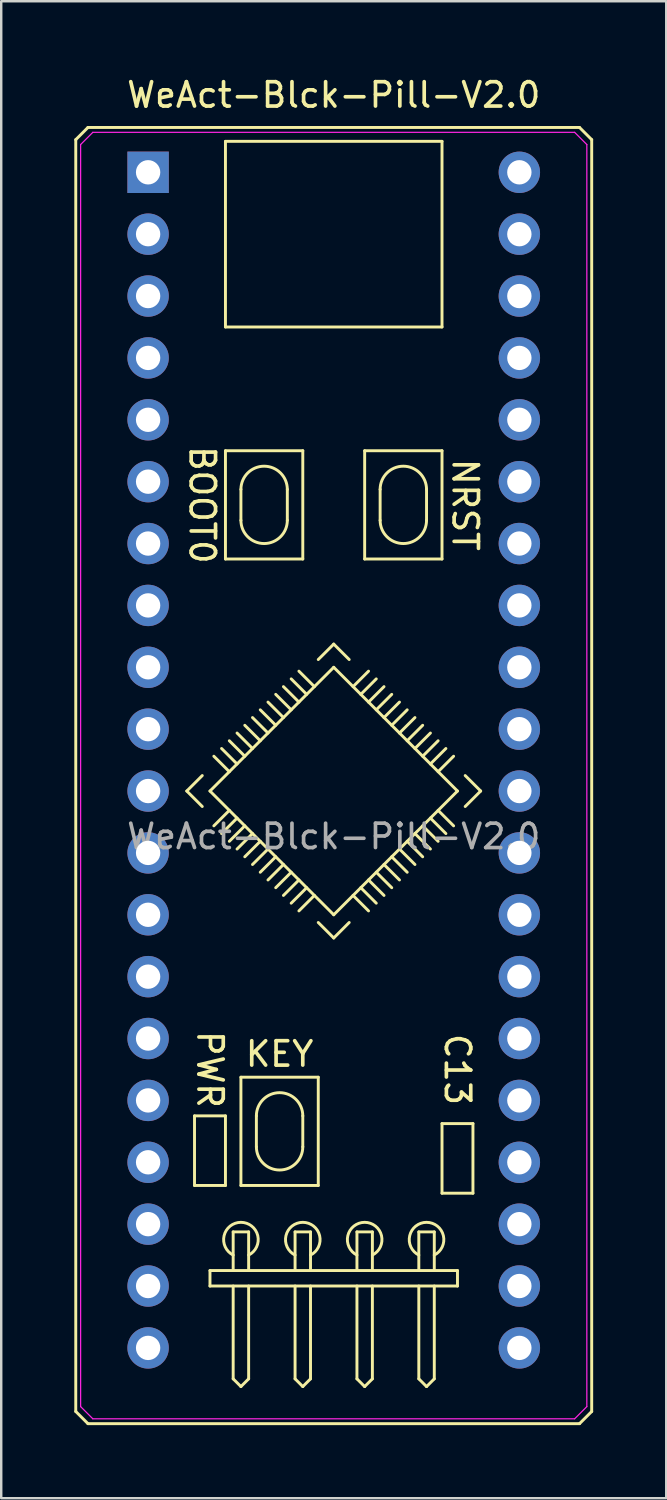
<source format=kicad_pcb>
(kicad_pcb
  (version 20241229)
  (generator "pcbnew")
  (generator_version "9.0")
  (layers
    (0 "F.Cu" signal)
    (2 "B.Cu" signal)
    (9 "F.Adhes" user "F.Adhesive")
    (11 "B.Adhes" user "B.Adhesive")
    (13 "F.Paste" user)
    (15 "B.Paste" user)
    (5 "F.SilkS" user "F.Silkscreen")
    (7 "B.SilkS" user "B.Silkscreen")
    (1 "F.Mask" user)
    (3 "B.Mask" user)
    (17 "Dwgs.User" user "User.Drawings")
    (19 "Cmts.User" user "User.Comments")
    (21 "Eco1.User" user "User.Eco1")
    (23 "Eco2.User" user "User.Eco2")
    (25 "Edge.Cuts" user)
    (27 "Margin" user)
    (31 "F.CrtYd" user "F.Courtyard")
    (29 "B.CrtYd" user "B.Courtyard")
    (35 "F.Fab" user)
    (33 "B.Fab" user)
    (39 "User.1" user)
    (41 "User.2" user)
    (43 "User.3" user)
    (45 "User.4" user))
  (footprint "WeAct-Blck-Pill-V2.0"
    (layer "F.Cu")
    (at 10.65 28.788)
    (property "Reference" "WeAct-Blck-Pill-V2.0" (at 0 -27.94 0) (unlocked yes) (layer "F.SilkS") (effects (font (size 1 1) (thickness 0.15))))
    (attr through_hole)
    (fp_line (start -10.59 -26.105) (end -10.09 -26.605) (stroke (width 0.12) (type default)) (layer "F.SilkS"))
    (fp_line (start -10.59 26.105) (end -10.59 -26.105) (stroke (width 0.12) (type default)) (layer "F.SilkS"))
    (fp_line (start -10.59 26.105) (end -10.09 26.605) (stroke (width 0.12) (type default)) (layer "F.SilkS"))
    (fp_line (start -10.09 -26.605) (end 10.09 -26.605) (stroke (width 0.12) (type default)) (layer "F.SilkS"))
    (fp_line (start -5.715 13.97) (end -4.445 13.97) (stroke (width 0.12) (type default)) (layer "F.SilkS"))
    (fp_line (start -5.715 16.828) (end -5.715 13.97) (stroke (width 0.12) (type default)) (layer "F.SilkS"))
    (fp_line (start -5.397 0) (end -6.032 0.635) (stroke (width 0.12) (type default)) (layer "F.SilkS"))
    (fp_line (start -5.397 1.27) (end -6.032 0.635) (stroke (width 0.12) (type default)) (layer "F.SilkS"))
    (fp_line (start -5.08 20.32) (end 5.08 20.32) (stroke (width 0.12) (type default)) (layer "F.SilkS"))
    (fp_line (start -5.08 20.955) (end -5.08 20.32) (stroke (width 0.12) (type default)) (layer "F.SilkS"))
    (fp_line (start -4.921 -0.794) (end -4.286 -0.159) (stroke (width 0.12) (type default)) (layer "F.SilkS"))
    (fp_line (start -4.604 -1.111) (end -3.969 -0.476) (stroke (width 0.12) (type default)) (layer "F.SilkS"))
    (fp_line (start -4.445 -26.035) (end 4.445 -26.035) (stroke (width 0.12) (type default)) (layer "F.SilkS"))
    (fp_line (start -4.445 -18.415) (end -4.445 -26.035) (stroke (width 0.12) (type default)) (layer "F.SilkS"))
    (fp_line (start -4.445 -13.335) (end -1.27 -13.335) (stroke (width 0.12) (type default)) (layer "F.SilkS"))
    (fp_line (start -4.445 -8.89) (end -4.445 -13.335) (stroke (width 0.12) (type default)) (layer "F.SilkS"))
    (fp_line (start -4.445 13.97) (end -4.445 16.828) (stroke (width 0.12) (type default)) (layer "F.SilkS"))
    (fp_line (start -4.445 16.828) (end -5.715 16.828) (stroke (width 0.12) (type default)) (layer "F.SilkS"))
    (fp_line (start -4.286 -1.429) (end -3.651 -0.794) (stroke (width 0.12) (type default)) (layer "F.SilkS"))
    (fp_line (start -4.286 1.429) (end -4.921 2.064) (stroke (width 0.12) (type default)) (layer "F.SilkS"))
    (fp_line (start -4.128 18.733) (end -4.128 20.32) (stroke (width 0.12) (type default)) (layer "F.SilkS"))
    (fp_line (start -4.128 18.733) (end -3.493 18.733) (stroke (width 0.12) (type default)) (layer "F.SilkS"))
    (fp_line (start -4.128 24.765) (end -4.128 20.955) (stroke (width 0.12) (type default)) (layer "F.SilkS"))
    (fp_line (start -4.128 24.765) (end -3.81 25.082) (stroke (width 0.12) (type default)) (layer "F.SilkS"))
    (fp_line (start -3.969 -1.746) (end -3.334 -1.111) (stroke (width 0.12) (type default)) (layer "F.SilkS"))
    (fp_line (start -3.969 1.746) (end -4.604 2.381) (stroke (width 0.12) (type default)) (layer "F.SilkS"))
    (fp_line (start -3.81 -11.748) (end -3.81 -10.477) (stroke (width 0.12) (type default)) (layer "F.SilkS"))
    (fp_line (start -3.81 12.383) (end -0.635 12.383) (stroke (width 0.12) (type default)) (layer "F.SilkS"))
    (fp_line (start -3.81 16.828) (end -3.81 12.383) (stroke (width 0.12) (type default)) (layer "F.SilkS"))
    (fp_line (start -3.651 2.064) (end -4.286 2.699) (stroke (width 0.12) (type default)) (layer "F.SilkS"))
    (fp_line (start -3.651 3.334) (end -3.016 2.699) (stroke (width 0.12) (type default)) (layer "F.SilkS"))
    (fp_line (start -3.493 18.733) (end -3.493 20.32) (stroke (width 0.12) (type default)) (layer "F.SilkS"))
    (fp_line (start -3.493 20.955) (end -3.493 24.765) (stroke (width 0.12) (type default)) (layer "F.SilkS"))
    (fp_line (start -3.493 24.765) (end -3.81 25.082) (stroke (width 0.12) (type default)) (layer "F.SilkS"))
    (fp_line (start -3.334 2.381) (end -3.969 3.016) (stroke (width 0.12) (type default)) (layer "F.SilkS"))
    (fp_line (start -3.334 3.651) (end -2.699 3.016) (stroke (width 0.12) (type default)) (layer "F.SilkS"))
    (fp_line (start -3.175 13.97) (end -3.175 15.24) (stroke (width 0.12) (type default)) (layer "F.SilkS"))
    (fp_line (start -3.016 -2.699) (end -2.381 -2.064) (stroke (width 0.12) (type default)) (layer "F.SilkS"))
    (fp_line (start -3.016 -1.429) (end -3.651 -2.064) (stroke (width 0.12) (type default)) (layer "F.SilkS"))
    (fp_line (start -2.699 -3.016) (end -2.064 -2.381) (stroke (width 0.12) (type default)) (layer "F.SilkS"))
    (fp_line (start -2.699 -1.746) (end -3.334 -2.381) (stroke (width 0.12) (type default)) (layer "F.SilkS"))
    (fp_line (start -2.381 -3.334) (end -1.746 -2.699) (stroke (width 0.12) (type default)) (layer "F.SilkS"))
    (fp_line (start -2.381 3.334) (end -3.016 3.969) (stroke (width 0.12) (type default)) (layer "F.SilkS"))
    (fp_line (start -2.064 -3.651) (end -1.429 -3.016) (stroke (width 0.12) (type default)) (layer "F.SilkS"))
    (fp_line (start -2.064 3.651) (end -2.699 4.286) (stroke (width 0.12) (type default)) (layer "F.SilkS"))
    (fp_line (start -1.905 -11.748) (end -1.905 -10.477) (stroke (width 0.12) (type default)) (layer "F.SilkS"))
    (fp_line (start -1.746 -3.969) (end -1.111 -3.334) (stroke (width 0.12) (type default)) (layer "F.SilkS"))
    (fp_line (start -1.746 3.969) (end -2.381 4.604) (stroke (width 0.12) (type default)) (layer "F.SilkS"))
    (fp_line (start -1.587 18.733) (end -1.587 20.32) (stroke (width 0.12) (type default)) (layer "F.SilkS"))
    (fp_line (start -1.587 18.733) (end -0.953 18.733) (stroke (width 0.12) (type default)) (layer "F.SilkS"))
    (fp_line (start -1.587 24.765) (end -1.587 20.955) (stroke (width 0.12) (type default)) (layer "F.SilkS"))
    (fp_line (start -1.587 24.765) (end -1.27 25.083) (stroke (width 0.12) (type default)) (layer "F.SilkS"))
    (fp_line (start -1.429 4.286) (end -2.064 4.921) (stroke (width 0.12) (type default)) (layer "F.SilkS"))
    (fp_line (start -1.429 5.556) (end -0.794 4.921) (stroke (width 0.12) (type default)) (layer "F.SilkS"))
    (fp_line (start -1.27 -13.335) (end -1.27 -8.89) (stroke (width 0.12) (type default)) (layer "F.SilkS"))
    (fp_line (start -1.27 -8.89) (end -4.445 -8.89) (stroke (width 0.12) (type default)) (layer "F.SilkS"))
    (fp_line (start -1.27 13.97) (end -1.27 15.24) (stroke (width 0.12) (type default)) (layer "F.SilkS"))
    (fp_line (start -1.111 4.604) (end -1.746 5.239) (stroke (width 0.12) (type default)) (layer "F.SilkS"))
    (fp_line (start -0.953 18.733) (end -0.953 20.32) (stroke (width 0.12) (type default)) (layer "F.SilkS"))
    (fp_line (start -0.953 20.955) (end -0.953 24.765) (stroke (width 0.12) (type default)) (layer "F.SilkS"))
    (fp_line (start -0.953 24.765) (end -1.27 25.083) (stroke (width 0.12) (type default)) (layer "F.SilkS"))
    (fp_line (start -0.794 -3.651) (end -1.429 -4.286) (stroke (width 0.12) (type default)) (layer "F.SilkS"))
    (fp_line (start -0.635 -4.763) (end 0 -5.397) (stroke (width 0.12) (type default)) (layer "F.SilkS"))
    (fp_line (start -0.635 12.383) (end -0.635 16.828) (stroke (width 0.12) (type default)) (layer "F.SilkS"))
    (fp_line (start -0.635 16.828) (end -3.81 16.828) (stroke (width 0.12) (type default)) (layer "F.SilkS"))
    (fp_line (start 0 -5.397) (end 0.635 -4.763) (stroke (width 0.12) (type default)) (layer "F.SilkS"))
    (fp_line (start 0 -4.445) (end -5.08 0.635) (stroke (width 0.12) (type default)) (layer "F.SilkS"))
    (fp_line (start 0 5.715) (end -5.08 0.635) (stroke (width 0.12) (type default)) (layer "F.SilkS"))
    (fp_line (start 0 6.668) (end -0.635 6.032) (stroke (width 0.12) (type default)) (layer "F.SilkS"))
    (fp_line (start 0.635 6.032) (end 0 6.668) (stroke (width 0.12) (type default)) (layer "F.SilkS"))
    (fp_line (start 0.794 4.921) (end 1.429 5.556) (stroke (width 0.12) (type default)) (layer "F.SilkS"))
    (fp_line (start 0.953 18.733) (end 0.953 20.32) (stroke (width 0.12) (type default)) (layer "F.SilkS"))
    (fp_line (start 0.953 18.733) (end 1.587 18.733) (stroke (width 0.12) (type default)) (layer "F.SilkS"))
    (fp_line (start 0.953 24.765) (end 0.953 20.955) (stroke (width 0.12) (type default)) (layer "F.SilkS"))
    (fp_line (start 0.953 24.765) (end 1.27 25.083) (stroke (width 0.12) (type default)) (layer "F.SilkS"))
    (fp_line (start 1.111 4.604) (end 1.746 5.239) (stroke (width 0.12) (type default)) (layer "F.SilkS"))
    (fp_line (start 1.27 -13.335) (end 4.445 -13.335) (stroke (width 0.12) (type default)) (layer "F.SilkS"))
    (fp_line (start 1.27 -8.89) (end 1.27 -13.335) (stroke (width 0.12) (type default)) (layer "F.SilkS"))
    (fp_line (start 1.429 -4.286) (end 0.794 -3.651) (stroke (width 0.12) (type default)) (layer "F.SilkS"))
    (fp_line (start 1.429 4.286) (end 2.064 4.921) (stroke (width 0.12) (type default)) (layer "F.SilkS"))
    (fp_line (start 1.587 18.733) (end 1.587 20.32) (stroke (width 0.12) (type default)) (layer "F.SilkS"))
    (fp_line (start 1.587 20.955) (end 1.587 24.765) (stroke (width 0.12) (type default)) (layer "F.SilkS"))
    (fp_line (start 1.587 24.765) (end 1.27 25.083) (stroke (width 0.12) (type default)) (layer "F.SilkS"))
    (fp_line (start 1.746 -3.969) (end 1.111 -3.334) (stroke (width 0.12) (type default)) (layer "F.SilkS"))
    (fp_line (start 1.746 3.969) (end 2.381 4.604) (stroke (width 0.12) (type default)) (layer "F.SilkS"))
    (fp_line (start 1.905 -11.748) (end 1.905 -10.477) (stroke (width 0.12) (type default)) (layer "F.SilkS"))
    (fp_line (start 2.064 -3.651) (end 1.429 -3.016) (stroke (width 0.12) (type default)) (layer "F.SilkS"))
    (fp_line (start 2.064 -2.381) (end 2.699 -3.016) (stroke (width 0.12) (type default)) (layer "F.SilkS"))
    (fp_line (start 2.381 -3.334) (end 1.746 -2.699) (stroke (width 0.12) (type default)) (layer "F.SilkS"))
    (fp_line (start 2.381 -2.064) (end 3.016 -2.699) (stroke (width 0.12) (type default)) (layer "F.SilkS"))
    (fp_line (start 2.699 3.016) (end 3.334 3.651) (stroke (width 0.12) (type default)) (layer "F.SilkS"))
    (fp_line (start 2.699 4.286) (end 2.064 3.651) (stroke (width 0.12) (type default)) (layer "F.SilkS"))
    (fp_line (start 3.016 2.699) (end 3.651 3.334) (stroke (width 0.12) (type default)) (layer "F.SilkS"))
    (fp_line (start 3.016 3.969) (end 2.381 3.334) (stroke (width 0.12) (type default)) (layer "F.SilkS"))
    (fp_line (start 3.334 -2.381) (end 2.699 -1.746) (stroke (width 0.12) (type default)) (layer "F.SilkS"))
    (fp_line (start 3.334 2.381) (end 3.969 3.016) (stroke (width 0.12) (type default)) (layer "F.SilkS"))
    (fp_line (start 3.493 18.733) (end 3.493 20.32) (stroke (width 0.12) (type default)) (layer "F.SilkS"))
    (fp_line (start 3.493 18.733) (end 4.128 18.733) (stroke (width 0.12) (type default)) (layer "F.SilkS"))
    (fp_line (start 3.493 24.765) (end 3.493 20.955) (stroke (width 0.12) (type default)) (layer "F.SilkS"))
    (fp_line (start 3.493 24.765) (end 3.81 25.083) (stroke (width 0.12) (type default)) (layer "F.SilkS"))
    (fp_line (start 3.651 -2.064) (end 3.016 -1.429) (stroke (width 0.12) (type default)) (layer "F.SilkS"))
    (fp_line (start 3.651 2.064) (end 4.286 2.699) (stroke (width 0.12) (type default)) (layer "F.SilkS"))
    (fp_line (start 3.81 -11.748) (end 3.81 -10.477) (stroke (width 0.12) (type default)) (layer "F.SilkS"))
    (fp_line (start 3.969 -1.746) (end 3.334 -1.111) (stroke (width 0.12) (type default)) (layer "F.SilkS"))
    (fp_line (start 3.969 1.746) (end 4.604 2.381) (stroke (width 0.12) (type default)) (layer "F.SilkS"))
    (fp_line (start 4.128 18.733) (end 4.128 20.32) (stroke (width 0.12) (type default)) (layer "F.SilkS"))
    (fp_line (start 4.128 20.955) (end 4.128 24.765) (stroke (width 0.12) (type default)) (layer "F.SilkS"))
    (fp_line (start 4.128 24.765) (end 3.81 25.083) (stroke (width 0.12) (type default)) (layer "F.SilkS"))
    (fp_line (start 4.286 -1.429) (end 3.651 -0.794) (stroke (width 0.12) (type default)) (layer "F.SilkS"))
    (fp_line (start 4.286 -0.159) (end 4.921 -0.794) (stroke (width 0.12) (type default)) (layer "F.SilkS"))
    (fp_line (start 4.445 -26.035) (end 4.445 -18.415) (stroke (width 0.12) (type default)) (layer "F.SilkS"))
    (fp_line (start 4.445 -18.415) (end -4.445 -18.415) (stroke (width 0.12) (type default)) (layer "F.SilkS"))
    (fp_line (start 4.445 -13.335) (end 4.445 -8.89) (stroke (width 0.12) (type default)) (layer "F.SilkS"))
    (fp_line (start 4.445 -8.89) (end 1.27 -8.89) (stroke (width 0.12) (type default)) (layer "F.SilkS"))
    (fp_line (start 4.445 14.287) (end 5.715 14.287) (stroke (width 0.12) (type default)) (layer "F.SilkS"))
    (fp_line (start 4.445 17.145) (end 4.445 14.287) (stroke (width 0.12) (type default)) (layer "F.SilkS"))
    (fp_line (start 4.604 -1.111) (end 3.969 -0.476) (stroke (width 0.12) (type default)) (layer "F.SilkS"))
    (fp_line (start 4.921 2.064) (end 4.286 1.429) (stroke (width 0.12) (type default)) (layer "F.SilkS"))
    (fp_line (start 5.08 0.635) (end 0 -4.445) (stroke (width 0.12) (type default)) (layer "F.SilkS"))
    (fp_line (start 5.08 0.635) (end 0 5.715) (stroke (width 0.12) (type default)) (layer "F.SilkS"))
    (fp_line (start 5.08 20.32) (end 5.08 20.955) (stroke (width 0.12) (type default)) (layer "F.SilkS"))
    (fp_line (start 5.08 20.955) (end -5.08 20.955) (stroke (width 0.12) (type default)) (layer "F.SilkS"))
    (fp_line (start 5.397 0) (end 6.032 0.635) (stroke (width 0.12) (type default)) (layer "F.SilkS"))
    (fp_line (start 5.397 1.27) (end 6.032 0.635) (stroke (width 0.12) (type default)) (layer "F.SilkS"))
    (fp_line (start 5.715 14.287) (end 5.715 17.145) (stroke (width 0.12) (type default)) (layer "F.SilkS"))
    (fp_line (start 5.715 17.145) (end 4.445 17.145) (stroke (width 0.12) (type default)) (layer "F.SilkS"))
    (fp_line (start 10.09 -26.605) (end 10.59 -26.105) (stroke (width 0.12) (type default)) (layer "F.SilkS"))
    (fp_line (start 10.09 26.605) (end -10.09 26.605) (stroke (width 0.12) (type default)) (layer "F.SilkS"))
    (fp_line (start 10.09 26.605) (end 10.59 26.105) (stroke (width 0.12) (type default)) (layer "F.SilkS"))
    (fp_line (start 10.59 -26.105) (end 10.59 26.105) (stroke (width 0.12) (type default)) (layer "F.SilkS"))
    (fp_arc (start -4.1275 19.684999) (mid -3.81 18.340049) (end -3.4925 19.684999) (stroke (width 0.12) (type default)) (layer "F.SilkS"))
    (fp_arc (start -3.81 -11.7475) (mid -2.8575 -12.7) (end -1.905 -11.7475) (stroke (width 0.12) (type default)) (layer "F.SilkS"))
    (fp_arc (start -3.175 13.97) (mid -2.2225 13.0175) (end -1.27 13.97) (stroke (width 0.12) (type default)) (layer "F.SilkS"))
    (fp_arc (start -1.905 -10.4775) (mid -2.8575 -9.525) (end -3.81 -10.4775) (stroke (width 0.12) (type default)) (layer "F.SilkS"))
    (fp_arc (start -1.5875 19.685) (mid -1.27 18.34005) (end -0.9525 19.685) (stroke (width 0.12) (type default)) (layer "F.SilkS"))
    (fp_arc (start -1.27 15.24) (mid -2.2225 16.1925) (end -3.175 15.24) (stroke (width 0.12) (type default)) (layer "F.SilkS"))
    (fp_arc (start 0.9525 19.685) (mid 1.27 18.34005) (end 1.5875 19.685) (stroke (width 0.12) (type default)) (layer "F.SilkS"))
    (fp_arc (start 1.905 -11.7475) (mid 2.8575 -12.7) (end 3.81 -11.7475) (stroke (width 0.12) (type default)) (layer "F.SilkS"))
    (fp_arc (start 3.4925 19.685) (mid 3.81 18.34005) (end 4.1275 19.685) (stroke (width 0.12) (type default)) (layer "F.SilkS"))
    (fp_arc (start 3.81 -10.4775) (mid 2.8575 -9.525) (end 1.905 -10.4775) (stroke (width 0.12) (type default)) (layer "F.SilkS"))
    (fp_line (start -10.39 -25.905) (end -9.89 -26.405) (stroke (width 0.05) (type default)) (layer "F.CrtYd"))
    (fp_line (start -10.39 25.905) (end -10.39 -25.905) (stroke (width 0.05) (type default)) (layer "F.CrtYd"))
    (fp_line (start -9.89 -26.405) (end 9.89 -26.405) (stroke (width 0.05) (type default)) (layer "F.CrtYd"))
    (fp_line (start -9.89 26.405) (end -10.39 25.905) (stroke (width 0.05) (type default)) (layer "F.CrtYd"))
    (fp_line (start 9.89 -26.405) (end 10.39 -25.905) (stroke (width 0.05) (type default)) (layer "F.CrtYd"))
    (fp_line (start 9.89 26.405) (end -9.89 26.405) (stroke (width 0.05) (type default)) (layer "F.CrtYd"))
    (fp_line (start 9.89 26.405) (end 10.39 25.905) (stroke (width 0.05) (type default)) (layer "F.CrtYd"))
    (fp_line (start 10.39 -25.905) (end 10.39 25.905) (stroke (width 0.05) (type default)) (layer "F.CrtYd"))
    (fp_text user "NRST" (at 5.397 -11.113 270) (unlocked yes) (layer "F.SilkS") (effects (font (size 1 1) (thickness 0.15))))
    (fp_text user "C13" (at 5.08 12.065 270) (unlocked yes) (layer "F.SilkS") (effects (font (size 1 1) (thickness 0.15))))
    (fp_text user "BOOT0" (at -5.397 -11.113 270) (unlocked yes) (layer "F.SilkS") (effects (font (size 1 1) (thickness 0.15))))
    (fp_text user "PWR" (at -5.08 12.065 270) (unlocked yes) (layer "F.SilkS") (effects (font (size 1 1) (thickness 0.15))))
    (fp_text user "KEY" (at -2.223 11.43 0) (unlocked yes) (layer "F.SilkS") (effects (font (size 1 1) (thickness 0.15))))
    (fp_text user "${REFERENCE}" (at 0 2.5 0) (unlocked yes) (layer "F.Fab") (effects (font (size 1 1) (thickness 0.15))))
    (pad "1" thru_hole rect (at -7.62 -24.765) (size 1.7 1.7) (drill 1) (layers "*.Cu" "*.Mask"))
    (pad "2" thru_hole oval (at -7.62 -22.225) (size 1.7 1.7) (drill 1) (layers "*.Cu" "*.Mask"))
    (pad "3" thru_hole oval (at -7.62 -19.685) (size 1.7 1.7) (drill 1) (layers "*.Cu" "*.Mask"))
    (pad "4" thru_hole oval (at -7.62 -17.145) (size 1.7 1.7) (drill 1) (layers "*.Cu" "*.Mask"))
    (pad "5" thru_hole oval (at -7.62 -14.605) (size 1.7 1.7) (drill 1) (layers "*.Cu" "*.Mask"))
    (pad "6" thru_hole oval (at -7.62 -12.065) (size 1.7 1.7) (drill 1) (layers "*.Cu" "*.Mask"))
    (pad "7" thru_hole oval (at -7.62 -9.525) (size 1.7 1.7) (drill 1) (layers "*.Cu" "*.Mask"))
    (pad "8" thru_hole oval (at -7.62 -6.985) (size 1.7 1.7) (drill 1) (layers "*.Cu" "*.Mask"))
    (pad "9" thru_hole oval (at -7.62 -4.445) (size 1.7 1.7) (drill 1) (layers "*.Cu" "*.Mask"))
    (pad "10" thru_hole oval (at -7.62 -1.905) (size 1.7 1.7) (drill 1) (layers "*.Cu" "*.Mask"))
    (pad "11" thru_hole oval (at -7.62 0.635) (size 1.7 1.7) (drill 1) (layers "*.Cu" "*.Mask"))
    (pad "12" thru_hole oval (at -7.62 3.175) (size 1.7 1.7) (drill 1) (layers "*.Cu" "*.Mask"))
    (pad "13" thru_hole oval (at -7.62 5.715) (size 1.7 1.7) (drill 1) (layers "*.Cu" "*.Mask"))
    (pad "14" thru_hole oval (at -7.62 8.255) (size 1.7 1.7) (drill 1) (layers "*.Cu" "*.Mask"))
    (pad "15" thru_hole oval (at -7.62 10.795) (size 1.7 1.7) (drill 1) (layers "*.Cu" "*.Mask"))
    (pad "16" thru_hole oval (at -7.62 13.335) (size 1.7 1.7) (drill 1) (layers "*.Cu" "*.Mask"))
    (pad "17" thru_hole oval (at -7.62 15.875) (size 1.7 1.7) (drill 1) (layers "*.Cu" "*.Mask"))
    (pad "18" thru_hole oval (at -7.62 18.415) (size 1.7 1.7) (drill 1) (layers "*.Cu" "*.Mask"))
    (pad "19" thru_hole oval (at -7.62 20.955) (size 1.7 1.7) (drill 1) (layers "*.Cu" "*.Mask"))
    (pad "20" thru_hole oval (at -7.62 23.495) (size 1.7 1.7) (drill 1) (layers "*.Cu" "*.Mask"))
    (pad "21" thru_hole oval (at 7.62 23.495) (size 1.7 1.7) (drill 1) (layers "*.Cu" "*.Mask"))
    (pad "22" thru_hole oval (at 7.62 20.955) (size 1.7 1.7) (drill 1) (layers "*.Cu" "*.Mask"))
    (pad "23" thru_hole oval (at 7.62 18.415) (size 1.7 1.7) (drill 1) (layers "*.Cu" "*.Mask"))
    (pad "24" thru_hole oval (at 7.62 15.875) (size 1.7 1.7) (drill 1) (layers "*.Cu" "*.Mask"))
    (pad "25" thru_hole oval (at 7.62 13.335) (size 1.7 1.7) (drill 1) (layers "*.Cu" "*.Mask"))
    (pad "26" thru_hole oval (at 7.62 10.795) (size 1.7 1.7) (drill 1) (layers "*.Cu" "*.Mask"))
    (pad "27" thru_hole oval (at 7.62 8.255) (size 1.7 1.7) (drill 1) (layers "*.Cu" "*.Mask"))
    (pad "28" thru_hole oval (at 7.62 5.715) (size 1.7 1.7) (drill 1) (layers "*.Cu" "*.Mask"))
    (pad "29" thru_hole oval (at 7.62 3.175) (size 1.7 1.7) (drill 1) (layers "*.Cu" "*.Mask"))
    (pad "30" thru_hole oval (at 7.62 0.635) (size 1.7 1.7) (drill 1) (layers "*.Cu" "*.Mask"))
    (pad "31" thru_hole oval (at 7.62 -1.905) (size 1.7 1.7) (drill 1) (layers "*.Cu" "*.Mask"))
    (pad "32" thru_hole oval (at 7.62 -4.445) (size 1.7 1.7) (drill 1) (layers "*.Cu" "*.Mask"))
    (pad "33" thru_hole oval (at 7.62 -6.985) (size 1.7 1.7) (drill 1) (layers "*.Cu" "*.Mask"))
    (pad "34" thru_hole oval (at 7.62 -9.525) (size 1.7 1.7) (drill 1) (layers "*.Cu" "*.Mask"))
    (pad "35" thru_hole oval (at 7.62 -12.065) (size 1.7 1.7) (drill 1) (layers "*.Cu" "*.Mask"))
    (pad "36" thru_hole oval (at 7.62 -14.605) (size 1.7 1.7) (drill 1) (layers "*.Cu" "*.Mask"))
    (pad "37" thru_hole oval (at 7.62 -17.145) (size 1.7 1.7) (drill 1) (layers "*.Cu" "*.Mask"))
    (pad "38" thru_hole oval (at 7.62 -19.685) (size 1.7 1.7) (drill 1) (layers "*.Cu" "*.Mask"))
    (pad "39" thru_hole oval (at 7.62 -22.225) (size 1.7 1.7) (drill 1) (layers "*.Cu" "*.Mask"))
    (pad "40" thru_hole oval (at 7.62 -24.765) (size 1.7 1.7) (drill 1) (layers "*.Cu" "*.Mask")))
  (gr_rect
    (start -3 -3)
    (end 24.3 58.453)
    (stroke (width 0.1) (type default))
    (fill no)
    (layer "Edge.Cuts")))
</source>
